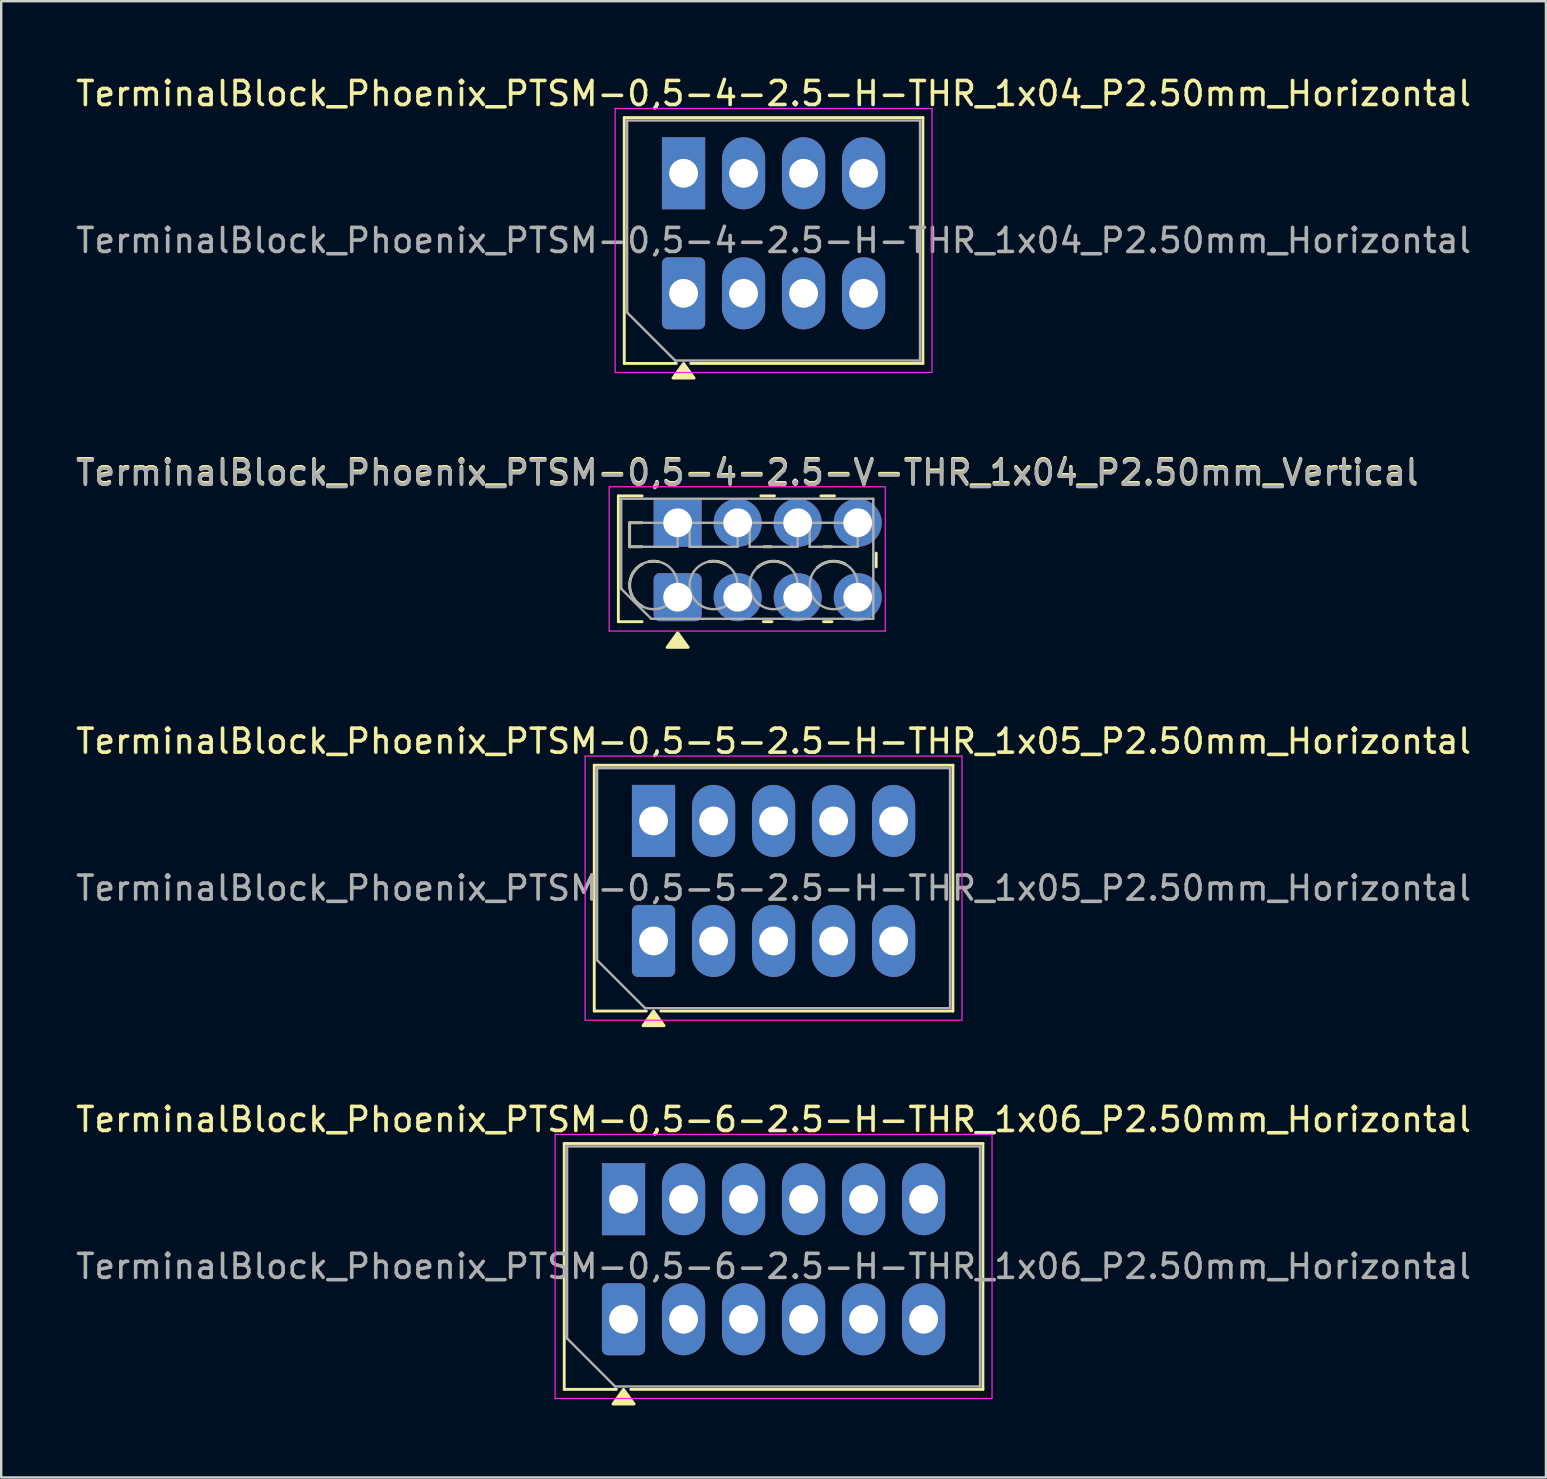
<source format=kicad_pcb>
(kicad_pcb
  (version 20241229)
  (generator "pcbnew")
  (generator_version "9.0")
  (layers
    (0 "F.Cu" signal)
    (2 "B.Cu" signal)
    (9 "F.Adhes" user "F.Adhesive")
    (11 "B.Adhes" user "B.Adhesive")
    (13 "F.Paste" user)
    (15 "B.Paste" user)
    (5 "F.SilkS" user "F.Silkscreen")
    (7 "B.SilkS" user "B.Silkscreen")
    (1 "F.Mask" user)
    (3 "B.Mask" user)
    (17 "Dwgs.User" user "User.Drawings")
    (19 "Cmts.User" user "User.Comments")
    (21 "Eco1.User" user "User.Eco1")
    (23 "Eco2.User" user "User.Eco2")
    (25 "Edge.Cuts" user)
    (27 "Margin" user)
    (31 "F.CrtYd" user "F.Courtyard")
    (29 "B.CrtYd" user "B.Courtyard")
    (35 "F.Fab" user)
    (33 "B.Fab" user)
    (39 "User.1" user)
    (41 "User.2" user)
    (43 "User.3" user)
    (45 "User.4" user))
  (footprint "TerminalBlock_Phoenix_PTSM-0,5-5-2.5-H-THR_1x05_P2.50mm_Horizontal"
    (layer "F.Cu")
    (at 24.173 36.145)
    (property "Reference" "TerminalBlock_Phoenix_PTSM-0,5-5-2.5-H-THR_1x05_P2.50mm_Horizontal" (at 5 -8.32 0) (layer "F.SilkS") (effects (font (size 1 1) (thickness 0.15))))
    (attr through_hole)
    (fp_line (start -2.47 -7.32) (end -2.47 2.92) (stroke (width 0.12) (type solid)) (layer "F.SilkS"))
    (fp_line (start -2.47 -7.32) (end 12.47 -7.32) (stroke (width 0.12) (type solid)) (layer "F.SilkS"))
    (fp_line (start -2.47 2.92) (end -0.3 2.92) (stroke (width 0.12) (type solid)) (layer "F.SilkS"))
    (fp_line (start 0.3 2.92) (end 12.47 2.92) (stroke (width 0.12) (type solid)) (layer "F.SilkS"))
    (fp_line (start 12.47 -7.32) (end 12.47 2.92) (stroke (width 0.12) (type solid)) (layer "F.SilkS"))
    (fp_poly (pts (xy 0 2.92) (xy 0.44 3.53) (xy -0.44 3.53)) (stroke (width 0.12) (type solid)) (fill yes) (layer "F.SilkS"))
    (fp_line (start -2.85 -7.7) (end -2.85 3.3) (stroke (width 0.05) (type solid)) (layer "F.CrtYd"))
    (fp_line (start -2.85 3.3) (end 12.85 3.3) (stroke (width 0.05) (type solid)) (layer "F.CrtYd"))
    (fp_line (start 12.85 -7.7) (end -2.85 -7.7) (stroke (width 0.05) (type solid)) (layer "F.CrtYd"))
    (fp_line (start 12.85 3.3) (end 12.85 -7.7) (stroke (width 0.05) (type solid)) (layer "F.CrtYd"))
    (fp_line (start -2.35 -7.2) (end 12.35 -7.2) (stroke (width 0.1) (type solid)) (layer "F.Fab"))
    (fp_line (start -2.35 0.8) (end -2.35 -7.2) (stroke (width 0.1) (type solid)) (layer "F.Fab"))
    (fp_line (start -0.35 2.8) (end -2.35 0.8) (stroke (width 0.1) (type solid)) (layer "F.Fab"))
    (fp_line (start 12.35 -7.2) (end 12.35 2.8) (stroke (width 0.1) (type solid)) (layer "F.Fab"))
    (fp_line (start 12.35 2.8) (end -0.35 2.8) (stroke (width 0.1) (type solid)) (layer "F.Fab"))
    (fp_text user "${REFERENCE}" (at 5 -2.2 0) (layer "F.Fab") (effects (font (size 1 1) (thickness 0.15))))
    (pad "1" thru_hole rect (at 0 -5) (size 1.8 3) (drill 1.2) (layers "*.Cu" "*.Mask"))
    (pad "1" thru_hole roundrect (at 0 0) (size 1.8 3) (drill 1.2) (layers "*.Cu" "*.Mask") (roundrect_rratio 0.139))
    (pad "2" thru_hole oval (at 2.5 -5) (size 1.8 3) (drill 1.2) (layers "*.Cu" "*.Mask"))
    (pad "2" thru_hole oval (at 2.5 0) (size 1.8 3) (drill 1.2) (layers "*.Cu" "*.Mask"))
    (pad "3" thru_hole oval (at 5 -5) (size 1.8 3) (drill 1.2) (layers "*.Cu" "*.Mask"))
    (pad "3" thru_hole oval (at 5 0) (size 1.8 3) (drill 1.2) (layers "*.Cu" "*.Mask"))
    (pad "4" thru_hole oval (at 7.5 -5) (size 1.8 3) (drill 1.2) (layers "*.Cu" "*.Mask"))
    (pad "4" thru_hole oval (at 7.5 0) (size 1.8 3) (drill 1.2) (layers "*.Cu" "*.Mask"))
    (pad "5" thru_hole oval (at 10 -5) (size 1.8 3) (drill 1.2) (layers "*.Cu" "*.Mask"))
    (pad "5" thru_hole oval (at 10 0) (size 1.8 3) (drill 1.2) (layers "*.Cu" "*.Mask")))
  (footprint "TerminalBlock_Phoenix_PTSM-0,5-6-2.5-H-THR_1x06_P2.50mm_Horizontal"
    (layer "F.Cu")
    (at 22.923 51.903)
    (property "Reference" "TerminalBlock_Phoenix_PTSM-0,5-6-2.5-H-THR_1x06_P2.50mm_Horizontal" (at 6.25 -8.32 0) (layer "F.SilkS") (effects (font (size 1 1) (thickness 0.15))))
    (attr through_hole)
    (fp_line (start -2.47 -7.32) (end -2.47 2.92) (stroke (width 0.12) (type solid)) (layer "F.SilkS"))
    (fp_line (start -2.47 -7.32) (end 14.97 -7.32) (stroke (width 0.12) (type solid)) (layer "F.SilkS"))
    (fp_line (start -2.47 2.92) (end -0.3 2.92) (stroke (width 0.12) (type solid)) (layer "F.SilkS"))
    (fp_line (start 0.3 2.92) (end 14.97 2.92) (stroke (width 0.12) (type solid)) (layer "F.SilkS"))
    (fp_line (start 14.97 -7.32) (end 14.97 2.92) (stroke (width 0.12) (type solid)) (layer "F.SilkS"))
    (fp_poly (pts (xy 0 2.92) (xy 0.44 3.53) (xy -0.44 3.53)) (stroke (width 0.12) (type solid)) (fill yes) (layer "F.SilkS"))
    (fp_line (start -2.85 -7.7) (end -2.85 3.3) (stroke (width 0.05) (type solid)) (layer "F.CrtYd"))
    (fp_line (start -2.85 3.3) (end 15.35 3.3) (stroke (width 0.05) (type solid)) (layer "F.CrtYd"))
    (fp_line (start 15.35 -7.7) (end -2.85 -7.7) (stroke (width 0.05) (type solid)) (layer "F.CrtYd"))
    (fp_line (start 15.35 3.3) (end 15.35 -7.7) (stroke (width 0.05) (type solid)) (layer "F.CrtYd"))
    (fp_line (start -2.35 -7.2) (end 14.85 -7.2) (stroke (width 0.1) (type solid)) (layer "F.Fab"))
    (fp_line (start -2.35 0.8) (end -2.35 -7.2) (stroke (width 0.1) (type solid)) (layer "F.Fab"))
    (fp_line (start -0.35 2.8) (end -2.35 0.8) (stroke (width 0.1) (type solid)) (layer "F.Fab"))
    (fp_line (start 14.85 -7.2) (end 14.85 2.8) (stroke (width 0.1) (type solid)) (layer "F.Fab"))
    (fp_line (start 14.85 2.8) (end -0.35 2.8) (stroke (width 0.1) (type solid)) (layer "F.Fab"))
    (fp_text user "${REFERENCE}" (at 6.25 -2.2 0) (layer "F.Fab") (effects (font (size 1 1) (thickness 0.15))))
    (pad "1" thru_hole rect (at 0 -5) (size 1.8 3) (drill 1.2) (layers "*.Cu" "*.Mask"))
    (pad "1" thru_hole roundrect (at 0 0) (size 1.8 3) (drill 1.2) (layers "*.Cu" "*.Mask") (roundrect_rratio 0.139))
    (pad "2" thru_hole oval (at 2.5 -5) (size 1.8 3) (drill 1.2) (layers "*.Cu" "*.Mask"))
    (pad "2" thru_hole oval (at 2.5 0) (size 1.8 3) (drill 1.2) (layers "*.Cu" "*.Mask"))
    (pad "3" thru_hole oval (at 5 -5) (size 1.8 3) (drill 1.2) (layers "*.Cu" "*.Mask"))
    (pad "3" thru_hole oval (at 5 0) (size 1.8 3) (drill 1.2) (layers "*.Cu" "*.Mask"))
    (pad "4" thru_hole oval (at 7.5 -5) (size 1.8 3) (drill 1.2) (layers "*.Cu" "*.Mask"))
    (pad "4" thru_hole oval (at 7.5 0) (size 1.8 3) (drill 1.2) (layers "*.Cu" "*.Mask"))
    (pad "5" thru_hole oval (at 10 -5) (size 1.8 3) (drill 1.2) (layers "*.Cu" "*.Mask"))
    (pad "5" thru_hole oval (at 10 0) (size 1.8 3) (drill 1.2) (layers "*.Cu" "*.Mask"))
    (pad "6" thru_hole oval (at 12.5 -5) (size 1.8 3) (drill 1.2) (layers "*.Cu" "*.Mask"))
    (pad "6" thru_hole oval (at 12.5 0) (size 1.8 3) (drill 1.2) (layers "*.Cu" "*.Mask")))
  (footprint "TerminalBlock_Phoenix_PTSM-0,5-4-2.5-H-THR_1x04_P2.50mm_Horizontal"
    (layer "F.Cu")
    (at 25.423 9.168)
    (property "Reference" "TerminalBlock_Phoenix_PTSM-0,5-4-2.5-H-THR_1x04_P2.50mm_Horizontal" (at 3.75 -8.32 0) (layer "F.SilkS") (effects (font (size 1 1) (thickness 0.15))))
    (attr through_hole)
    (fp_line (start -2.47 -7.32) (end -2.47 2.92) (stroke (width 0.12) (type solid)) (layer "F.SilkS"))
    (fp_line (start -2.47 -7.32) (end 9.97 -7.32) (stroke (width 0.12) (type solid)) (layer "F.SilkS"))
    (fp_line (start -2.47 2.92) (end -0.3 2.92) (stroke (width 0.12) (type solid)) (layer "F.SilkS"))
    (fp_line (start 0.3 2.92) (end 9.97 2.92) (stroke (width 0.12) (type solid)) (layer "F.SilkS"))
    (fp_line (start 9.97 -7.32) (end 9.97 2.92) (stroke (width 0.12) (type solid)) (layer "F.SilkS"))
    (fp_poly (pts (xy 0 2.92) (xy 0.44 3.53) (xy -0.44 3.53)) (stroke (width 0.12) (type solid)) (fill yes) (layer "F.SilkS"))
    (fp_line (start -2.85 -7.7) (end -2.85 3.3) (stroke (width 0.05) (type solid)) (layer "F.CrtYd"))
    (fp_line (start -2.85 3.3) (end 10.35 3.3) (stroke (width 0.05) (type solid)) (layer "F.CrtYd"))
    (fp_line (start 10.35 -7.7) (end -2.85 -7.7) (stroke (width 0.05) (type solid)) (layer "F.CrtYd"))
    (fp_line (start 10.35 3.3) (end 10.35 -7.7) (stroke (width 0.05) (type solid)) (layer "F.CrtYd"))
    (fp_line (start -2.35 -7.2) (end 9.85 -7.2) (stroke (width 0.1) (type solid)) (layer "F.Fab"))
    (fp_line (start -2.35 0.8) (end -2.35 -7.2) (stroke (width 0.1) (type solid)) (layer "F.Fab"))
    (fp_line (start -0.35 2.8) (end -2.35 0.8) (stroke (width 0.1) (type solid)) (layer "F.Fab"))
    (fp_line (start 9.85 -7.2) (end 9.85 2.8) (stroke (width 0.1) (type solid)) (layer "F.Fab"))
    (fp_line (start 9.85 2.8) (end -0.35 2.8) (stroke (width 0.1) (type solid)) (layer "F.Fab"))
    (fp_text user "${REFERENCE}" (at 3.75 -2.2 0) (layer "F.Fab") (effects (font (size 1 1) (thickness 0.15))))
    (pad "1" thru_hole rect (at 0 -5) (size 1.8 3) (drill 1.2) (layers "*.Cu" "*.Mask"))
    (pad "1" thru_hole roundrect (at 0 0) (size 1.8 3) (drill 1.2) (layers "*.Cu" "*.Mask") (roundrect_rratio 0.139))
    (pad "2" thru_hole oval (at 2.5 -5) (size 1.8 3) (drill 1.2) (layers "*.Cu" "*.Mask"))
    (pad "2" thru_hole oval (at 2.5 0) (size 1.8 3) (drill 1.2) (layers "*.Cu" "*.Mask"))
    (pad "3" thru_hole oval (at 5 -5) (size 1.8 3) (drill 1.2) (layers "*.Cu" "*.Mask"))
    (pad "3" thru_hole oval (at 5 0) (size 1.8 3) (drill 1.2) (layers "*.Cu" "*.Mask"))
    (pad "4" thru_hole oval (at 7.5 -5) (size 1.8 3) (drill 1.2) (layers "*.Cu" "*.Mask"))
    (pad "4" thru_hole oval (at 7.5 0) (size 1.8 3) (drill 1.2) (layers "*.Cu" "*.Mask")))
  (footprint "TerminalBlock_Phoenix_PTSM-0,5-4-2.5-V-THR_1x04_P2.50mm_Vertical"
    (layer "F.Cu")
    (at 25.177 21.826)
    (property "Reference" "TerminalBlock_Phoenix_PTSM-0,5-4-2.5-V-THR_1x04_P2.50mm_Vertical" (at 2.9 -5.22 0) (layer "F.SilkS") (effects (font (size 1 1) (thickness 0.15))))
    (attr through_hole)
    (fp_line (start -2.47 -4.22) (end -2.47 1.02) (stroke (width 0.12) (type solid)) (layer "F.SilkS"))
    (fp_line (start -2.47 -4.22) (end -1.48 -4.22) (stroke (width 0.12) (type solid)) (layer "F.SilkS"))
    (fp_line (start -2.47 1.02) (end -1.48 1.02) (stroke (width 0.12) (type solid)) (layer "F.SilkS"))
    (fp_line (start -2 -3.1) (end -2 -2.1) (stroke (width 0.12) (type solid)) (layer "F.SilkS"))
    (fp_line (start -2 -3.1) (end -1.48 -3.1) (stroke (width 0.12) (type solid)) (layer "F.SilkS"))
    (fp_line (start -2 -2.1) (end -1.48 -2.1) (stroke (width 0.12) (type solid)) (layer "F.SilkS"))
    (fp_line (start 3.467 -4.22) (end 4.033 -4.22) (stroke (width 0.12) (type solid)) (layer "F.SilkS"))
    (fp_line (start 3.572 1.02) (end 3.928 1.02) (stroke (width 0.12) (type solid)) (layer "F.SilkS"))
    (fp_line (start 3.591 -2.1) (end 3.909 -2.1) (stroke (width 0.12) (type solid)) (layer "F.SilkS"))
    (fp_line (start 5.967 -4.22) (end 6.533 -4.22) (stroke (width 0.12) (type solid)) (layer "F.SilkS"))
    (fp_line (start 6.072 1.02) (end 6.428 1.02) (stroke (width 0.12) (type solid)) (layer "F.SilkS"))
    (fp_line (start 6.091 -2.1) (end 6.409 -2.1) (stroke (width 0.12) (type solid)) (layer "F.SilkS"))
    (fp_line (start 8.27 -1.836) (end 8.27 -1.264) (stroke (width 0.12) (type solid)) (layer "F.SilkS"))
    (fp_arc (start -1.48 0.377) (mid -2 -0.5) (end -1.48 -1.377) (stroke (width 0.12) (type solid)) (layer "F.SilkS"))
    (fp_arc (start -1.199 -1.48) (mid -1 -1.5) (end -0.801 -1.48) (stroke (width 0.12) (type solid)) (layer "F.SilkS"))
    (fp_arc (start 1.301 -1.48) (mid 1.644617 -1.48991) (end 1.971 -1.382) (stroke (width 0.12) (type solid)) (layer "F.SilkS"))
    (fp_arc (start 3.319 -1.233) (mid 3.871134 -1.492017) (end 4.471 -1.382) (stroke (width 0.12) (type solid)) (layer "F.SilkS"))
    (fp_arc (start 5.819 -1.233) (mid 6.371134 -1.492017) (end 6.971 -1.382) (stroke (width 0.12) (type solid)) (layer "F.SilkS"))
    (fp_poly (pts (xy 0 1.48) (xy 0.44 2.09) (xy -0.44 2.09)) (stroke (width 0.12) (type solid)) (fill yes) (layer "F.SilkS"))
    (fp_line (start -2.85 -4.6) (end -2.85 1.41) (stroke (width 0.05) (type solid)) (layer "F.CrtYd"))
    (fp_line (start -2.85 1.41) (end 8.65 1.41) (stroke (width 0.05) (type solid)) (layer "F.CrtYd"))
    (fp_line (start 8.65 -4.6) (end -2.85 -4.6) (stroke (width 0.05) (type solid)) (layer "F.CrtYd"))
    (fp_line (start 8.65 1.41) (end 8.65 -4.6) (stroke (width 0.05) (type solid)) (layer "F.CrtYd"))
    (fp_line (start -2.35 -4.1) (end 8.15 -4.1) (stroke (width 0.1) (type solid)) (layer "F.Fab"))
    (fp_line (start -2.35 -0.35) (end -2.35 -4.1) (stroke (width 0.1) (type solid)) (layer "F.Fab"))
    (fp_line (start -2 -3.1) (end -2 -2.1) (stroke (width 0.1) (type solid)) (layer "F.Fab"))
    (fp_line (start -2 -2.1) (end 0 -2.1) (stroke (width 0.1) (type solid)) (layer "F.Fab"))
    (fp_line (start -1.1 0.9) (end -2.35 -0.35) (stroke (width 0.1) (type solid)) (layer "F.Fab"))
    (fp_line (start 0 -3.1) (end -2 -3.1) (stroke (width 0.1) (type solid)) (layer "F.Fab"))
    (fp_line (start 0 -2.1) (end 0 -3.1) (stroke (width 0.1) (type solid)) (layer "F.Fab"))
    (fp_line (start 0.5 -3.1) (end 0.5 -2.1) (stroke (width 0.1) (type solid)) (layer "F.Fab"))
    (fp_line (start 0.5 -2.1) (end 2.5 -2.1) (stroke (width 0.1) (type solid)) (layer "F.Fab"))
    (fp_line (start 2.5 -3.1) (end 0.5 -3.1) (stroke (width 0.1) (type solid)) (layer "F.Fab"))
    (fp_line (start 2.5 -2.1) (end 2.5 -3.1) (stroke (width 0.1) (type solid)) (layer "F.Fab"))
    (fp_line (start 3 -3.1) (end 3 -2.1) (stroke (width 0.1) (type solid)) (layer "F.Fab"))
    (fp_line (start 3 -2.1) (end 5 -2.1) (stroke (width 0.1) (type solid)) (layer "F.Fab"))
    (fp_line (start 5 -3.1) (end 3 -3.1) (stroke (width 0.1) (type solid)) (layer "F.Fab"))
    (fp_line (start 5 -2.1) (end 5 -3.1) (stroke (width 0.1) (type solid)) (layer "F.Fab"))
    (fp_line (start 5.5 -3.1) (end 5.5 -2.1) (stroke (width 0.1) (type solid)) (layer "F.Fab"))
    (fp_line (start 5.5 -2.1) (end 7.5 -2.1) (stroke (width 0.1) (type solid)) (layer "F.Fab"))
    (fp_line (start 7.5 -3.1) (end 5.5 -3.1) (stroke (width 0.1) (type solid)) (layer "F.Fab"))
    (fp_line (start 7.5 -2.1) (end 7.5 -3.1) (stroke (width 0.1) (type solid)) (layer "F.Fab"))
    (fp_line (start 8.15 -4.1) (end 8.15 0.9) (stroke (width 0.1) (type solid)) (layer "F.Fab"))
    (fp_line (start 8.15 0.9) (end -1.1 0.9) (stroke (width 0.1) (type solid)) (layer "F.Fab"))
    (fp_circle (center -1 -0.5) (end 0 -0.5) (stroke (width 0.1) (type solid)) (fill no) (layer "F.Fab"))
    (fp_circle (center 1.5 -0.5) (end 2.5 -0.5) (stroke (width 0.1) (type solid)) (fill no) (layer "F.Fab"))
    (fp_circle (center 4 -0.5) (end 5 -0.5) (stroke (width 0.1) (type solid)) (fill no) (layer "F.Fab"))
    (fp_circle (center 6.5 -0.5) (end 7.5 -0.5) (stroke (width 0.1) (type solid)) (fill no) (layer "F.Fab"))
    (fp_text user "${REFERENCE}" (at 2.9 -5.16 0) (layer "F.Fab") (effects (font (size 1 1) (thickness 0.15))))
    (pad "1" thru_hole rect (at 0 -3.1) (size 2 2) (drill 1.2) (layers "*.Cu" "*.Mask"))
    (pad "1" thru_hole roundrect (at 0 0) (size 2 2) (drill 1.2) (layers "*.Cu" "*.Mask") (roundrect_rratio 0.125))
    (pad "2" thru_hole circle (at 2.5 -3.1) (size 2 2) (drill 1.2) (layers "*.Cu" "*.Mask"))
    (pad "2" thru_hole circle (at 2.5 0) (size 2 2) (drill 1.2) (layers "*.Cu" "*.Mask"))
    (pad "3" thru_hole circle (at 5 -3.1) (size 2 2) (drill 1.2) (layers "*.Cu" "*.Mask"))
    (pad "3" thru_hole circle (at 5 0) (size 2 2) (drill 1.2) (layers "*.Cu" "*.Mask"))
    (pad "4" thru_hole circle (at 7.5 -3.1) (size 2 2) (drill 1.2) (layers "*.Cu" "*.Mask"))
    (pad "4" thru_hole circle (at 7.5 0) (size 2 2) (drill 1.2) (layers "*.Cu" "*.Mask")))
  (gr_rect
    (start -3 -3)
    (end 61.345 58.493)
    (stroke (width 0.1) (type default))
    (fill no)
    (layer "Edge.Cuts")))
</source>
